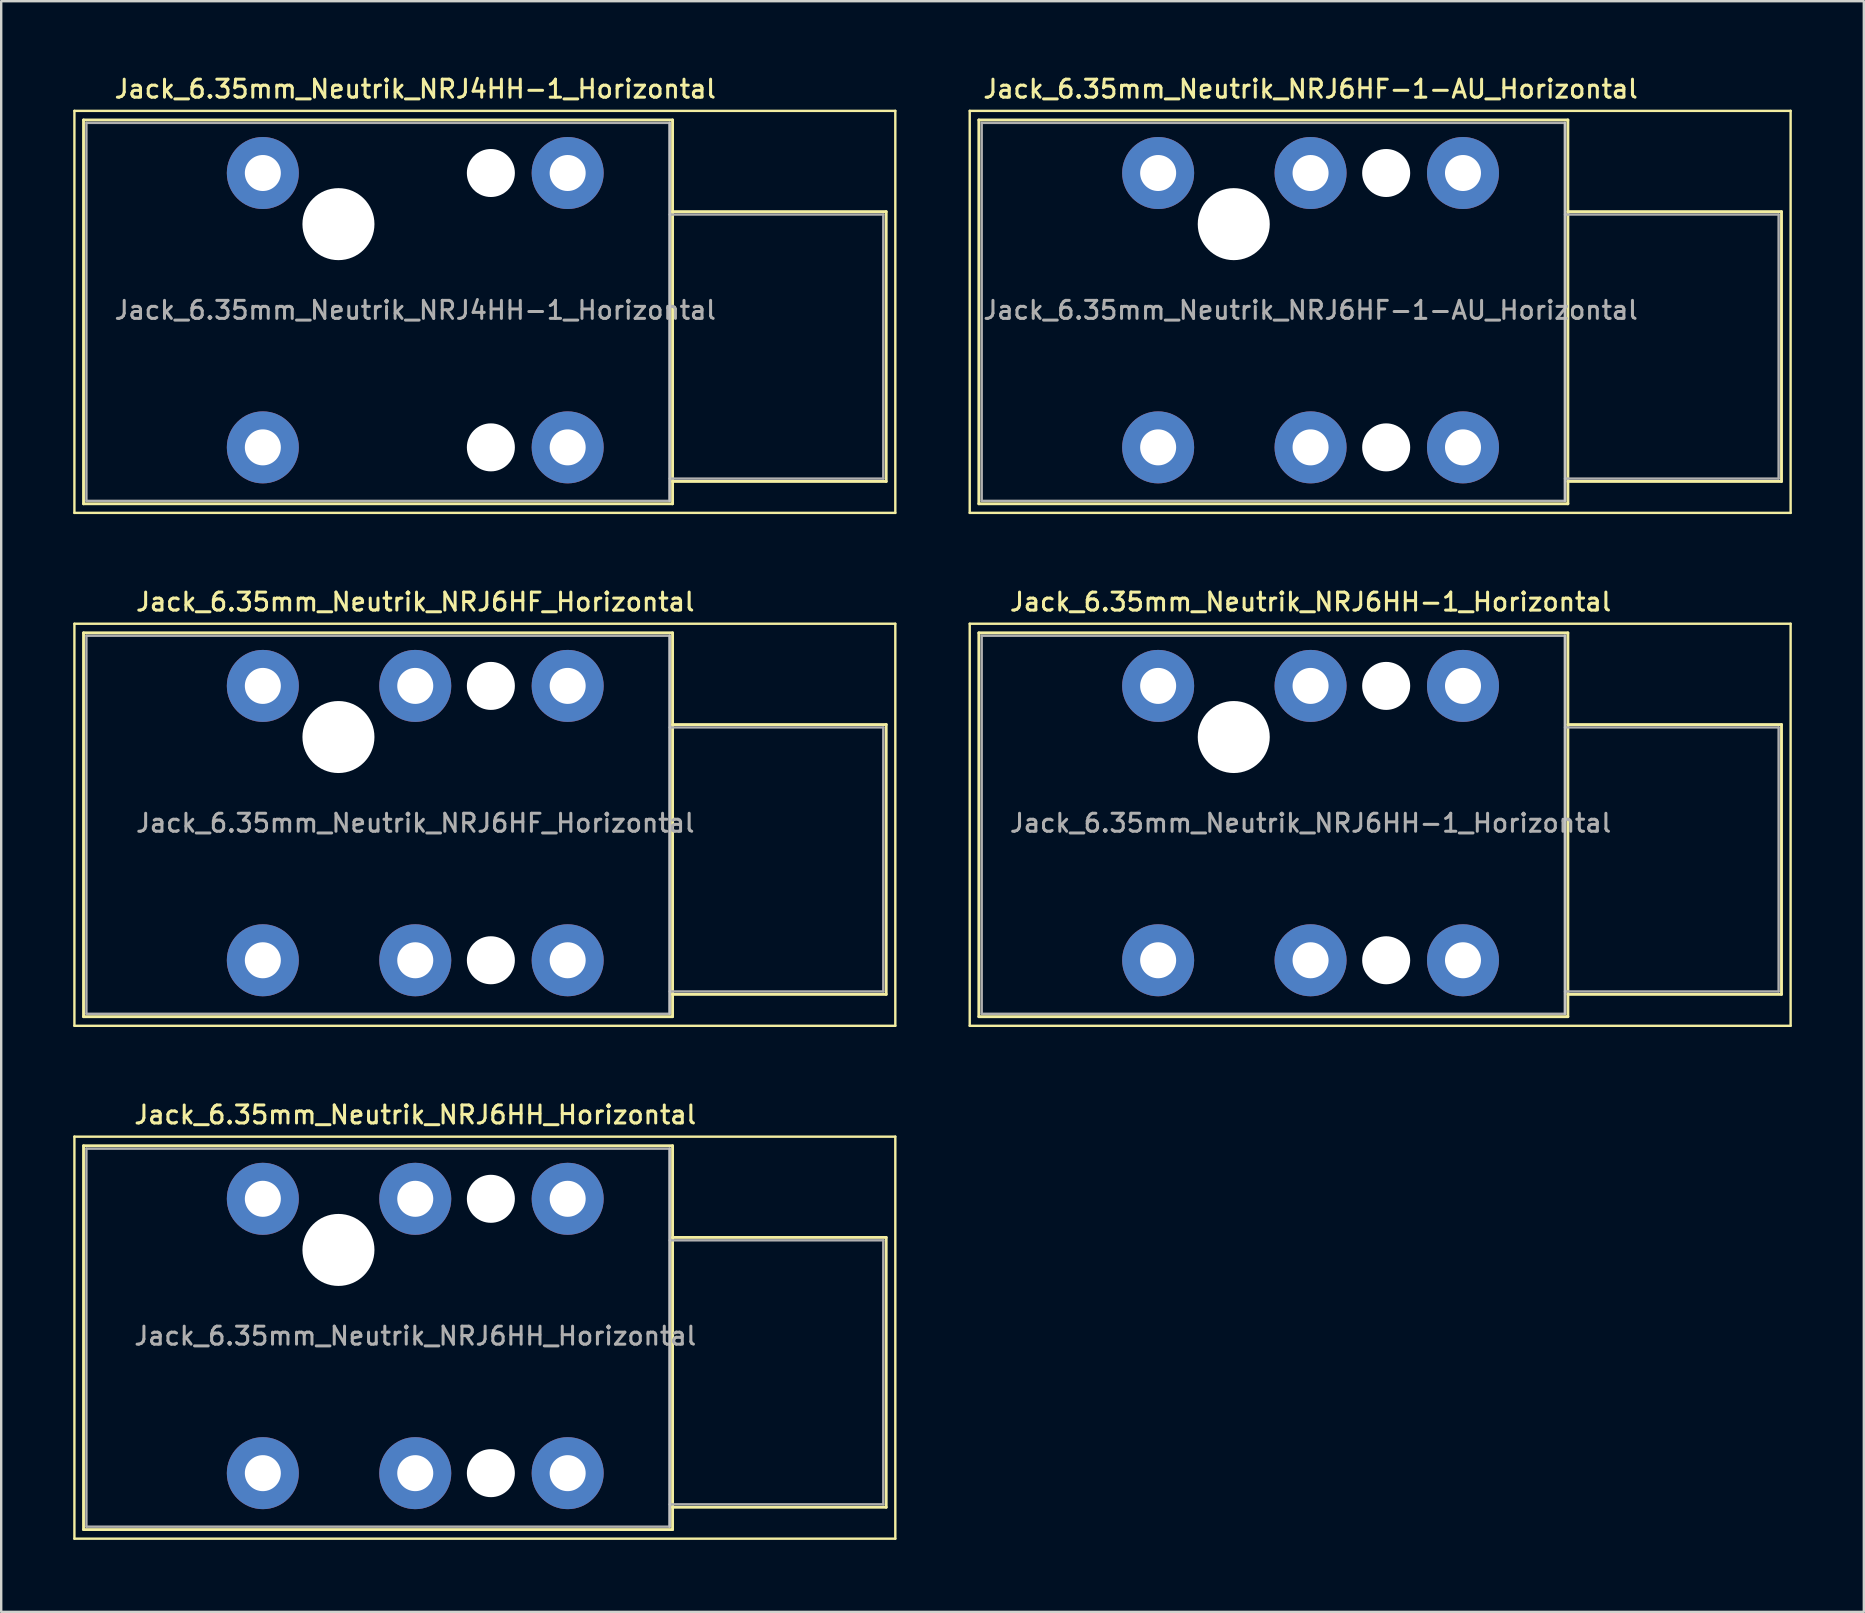
<source format=kicad_pcb>
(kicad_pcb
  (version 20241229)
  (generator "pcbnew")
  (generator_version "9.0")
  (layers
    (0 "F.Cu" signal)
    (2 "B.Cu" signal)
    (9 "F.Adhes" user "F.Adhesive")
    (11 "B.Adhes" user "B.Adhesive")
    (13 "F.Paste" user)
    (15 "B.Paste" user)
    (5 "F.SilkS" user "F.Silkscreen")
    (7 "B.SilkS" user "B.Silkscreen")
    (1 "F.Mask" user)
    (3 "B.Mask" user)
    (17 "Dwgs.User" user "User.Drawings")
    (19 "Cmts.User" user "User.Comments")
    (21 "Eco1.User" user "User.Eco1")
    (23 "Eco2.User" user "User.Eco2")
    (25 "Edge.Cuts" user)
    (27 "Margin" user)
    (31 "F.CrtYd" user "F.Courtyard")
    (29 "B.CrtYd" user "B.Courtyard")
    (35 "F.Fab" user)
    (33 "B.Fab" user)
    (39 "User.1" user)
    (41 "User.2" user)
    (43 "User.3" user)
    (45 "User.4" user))
  (footprint "Jack_6.35mm_Neutrik_NRJ6HF_Horizontal"
    (layer "F.Cu")
    (at 7.9 25.526)
    (property "Reference" "Jack_6.35mm_Neutrik_NRJ6HF_Horizontal" (at 6.35 -3.5 0) (layer "F.SilkS") (effects (font (size 0.75 0.75) (thickness 0.125))))
    (attr through_hole)
    (fp_line (start -7.85 14.16) (end -7.85 -2.59) (stroke (width 0.1) (type solid)) (layer "F.SilkS"))
    (fp_line (start -7.85 14.16) (end 26.35 14.16) (stroke (width 0.1) (type solid)) (layer "F.SilkS"))
    (fp_line (start -7.47 -2.21) (end 17.07 -2.21) (stroke (width 0.12) (type solid)) (layer "F.SilkS"))
    (fp_line (start -7.47 13.78) (end -7.47 -2.21) (stroke (width 0.12) (type solid)) (layer "F.SilkS"))
    (fp_line (start -7.47 13.78) (end 17.07 13.78) (stroke (width 0.12) (type solid)) (layer "F.SilkS"))
    (fp_line (start 17.07 -2.21) (end 17.07 13.78) (stroke (width 0.12) (type solid)) (layer "F.SilkS"))
    (fp_line (start 25.97 1.61) (end 17.07 1.61) (stroke (width 0.12) (type solid)) (layer "F.SilkS"))
    (fp_line (start 25.97 12.85) (end 17.07 12.85) (stroke (width 0.12) (type solid)) (layer "F.SilkS"))
    (fp_line (start 25.97 12.85) (end 25.97 1.61) (stroke (width 0.12) (type solid)) (layer "F.SilkS"))
    (fp_line (start 26.35 -2.59) (end -7.85 -2.59) (stroke (width 0.1) (type solid)) (layer "F.SilkS"))
    (fp_line (start 26.35 14.16) (end 26.35 -2.59) (stroke (width 0.1) (type solid)) (layer "F.SilkS"))
    (fp_line (start 16.95 -2.09) (end 16.95 13.66) (stroke (width 0.1) (type solid)) (layer "Dwgs.User"))
    (fp_line (start -7.35 -2.09) (end 16.95 -2.09) (stroke (width 0.1) (type solid)) (layer "F.Fab"))
    (fp_line (start -7.35 13.66) (end -7.35 -2.09) (stroke (width 0.1) (type solid)) (layer "F.Fab"))
    (fp_line (start 16.95 -2.09) (end 16.95 13.66) (stroke (width 0.1) (type solid)) (layer "F.Fab"))
    (fp_line (start 16.95 12.73) (end 25.85 12.73) (stroke (width 0.1) (type solid)) (layer "F.Fab"))
    (fp_line (start 16.95 13.66) (end -7.35 13.66) (stroke (width 0.1) (type solid)) (layer "F.Fab"))
    (fp_line (start 25.85 1.73) (end 16.95 1.73) (stroke (width 0.1) (type solid)) (layer "F.Fab"))
    (fp_line (start 25.85 12.73) (end 25.85 1.73) (stroke (width 0.1) (type solid)) (layer "F.Fab"))
    (fp_text user "${REFERENCE}" (at 6.35 5.715 0) (layer "F.Fab") (effects (font (size 0.75 0.75) (thickness 0.125))))
    (pad "" np_thru_hole circle (at 3.15 2.13) (size 3 3) (drill 3) (layers "*.Cu" "*.Mask"))
    (pad "" np_thru_hole circle (at 9.5 0) (size 2 2) (drill 2) (layers "*.Cu" "*.Mask"))
    (pad "" np_thru_hole circle (at 9.5 11.43) (size 2 2) (drill 2) (layers "*.Cu" "*.Mask"))
    (pad "R" thru_hole circle (at 6.35 0) (size 3 3) (drill 1.5) (layers "*.Cu" "*.Mask"))
    (pad "RN" thru_hole circle (at 6.35 11.43) (size 3 3) (drill 1.5) (layers "*.Cu" "*.Mask"))
    (pad "S" thru_hole circle (at 12.7 0) (size 3 3) (drill 1.5) (layers "*.Cu" "*.Mask"))
    (pad "SN" thru_hole circle (at 12.7 11.43) (size 3 3) (drill 1.5) (layers "*.Cu" "*.Mask"))
    (pad "T" thru_hole circle (at 0 0) (size 3 3) (drill 1.5) (layers "*.Cu" "*.Mask"))
    (pad "TN" thru_hole circle (at 0 11.43) (size 3 3) (drill 1.5) (layers "*.Cu" "*.Mask")))
  (footprint "Jack_6.35mm_Neutrik_NRJ6HH_Horizontal"
    (layer "F.Cu")
    (at 7.9 46.894)
    (property "Reference" "Jack_6.35mm_Neutrik_NRJ6HH_Horizontal" (at 6.35 -3.5 0) (layer "F.SilkS") (effects (font (size 0.75 0.75) (thickness 0.125))))
    (attr through_hole)
    (fp_line (start -7.85 14.16) (end -7.85 -2.59) (stroke (width 0.1) (type solid)) (layer "F.SilkS"))
    (fp_line (start -7.85 14.16) (end 26.35 14.16) (stroke (width 0.1) (type solid)) (layer "F.SilkS"))
    (fp_line (start -7.47 -2.21) (end 17.07 -2.21) (stroke (width 0.12) (type solid)) (layer "F.SilkS"))
    (fp_line (start -7.47 13.78) (end -7.47 -2.21) (stroke (width 0.12) (type solid)) (layer "F.SilkS"))
    (fp_line (start -7.47 13.78) (end 17.07 13.78) (stroke (width 0.12) (type solid)) (layer "F.SilkS"))
    (fp_line (start 17.07 -2.21) (end 17.07 13.78) (stroke (width 0.12) (type solid)) (layer "F.SilkS"))
    (fp_line (start 25.97 1.61) (end 17.07 1.61) (stroke (width 0.12) (type solid)) (layer "F.SilkS"))
    (fp_line (start 25.97 12.85) (end 17.07 12.85) (stroke (width 0.12) (type solid)) (layer "F.SilkS"))
    (fp_line (start 25.97 12.85) (end 25.97 1.61) (stroke (width 0.12) (type solid)) (layer "F.SilkS"))
    (fp_line (start 26.35 -2.59) (end -7.85 -2.59) (stroke (width 0.1) (type solid)) (layer "F.SilkS"))
    (fp_line (start 26.35 14.16) (end 26.35 -2.59) (stroke (width 0.1) (type solid)) (layer "F.SilkS"))
    (fp_line (start 16.95 -2.09) (end 16.95 13.66) (stroke (width 0.1) (type solid)) (layer "Dwgs.User"))
    (fp_line (start -7.35 -2.09) (end 16.95 -2.09) (stroke (width 0.1) (type solid)) (layer "F.Fab"))
    (fp_line (start -7.35 13.66) (end -7.35 -2.09) (stroke (width 0.1) (type solid)) (layer "F.Fab"))
    (fp_line (start 16.95 -2.09) (end 16.95 13.66) (stroke (width 0.1) (type solid)) (layer "F.Fab"))
    (fp_line (start 16.95 12.73) (end 25.85 12.73) (stroke (width 0.1) (type solid)) (layer "F.Fab"))
    (fp_line (start 16.95 13.66) (end -7.35 13.66) (stroke (width 0.1) (type solid)) (layer "F.Fab"))
    (fp_line (start 25.85 1.73) (end 16.95 1.73) (stroke (width 0.1) (type solid)) (layer "F.Fab"))
    (fp_line (start 25.85 12.73) (end 25.85 1.73) (stroke (width 0.1) (type solid)) (layer "F.Fab"))
    (fp_text user "${REFERENCE}" (at 6.35 5.715 0) (layer "F.Fab") (effects (font (size 0.75 0.75) (thickness 0.125))))
    (pad "" np_thru_hole circle (at 3.15 2.13) (size 3 3) (drill 3) (layers "*.Cu" "*.Mask"))
    (pad "" np_thru_hole circle (at 9.5 0) (size 2 2) (drill 2) (layers "*.Cu" "*.Mask"))
    (pad "" np_thru_hole circle (at 9.5 11.43) (size 2 2) (drill 2) (layers "*.Cu" "*.Mask"))
    (pad "R" thru_hole circle (at 6.35 0) (size 3 3) (drill 1.5) (layers "*.Cu" "*.Mask"))
    (pad "RN" thru_hole circle (at 6.35 11.43) (size 3 3) (drill 1.5) (layers "*.Cu" "*.Mask"))
    (pad "S" thru_hole circle (at 12.7 0) (size 3 3) (drill 1.5) (layers "*.Cu" "*.Mask"))
    (pad "SN" thru_hole circle (at 12.7 11.43) (size 3 3) (drill 1.5) (layers "*.Cu" "*.Mask"))
    (pad "T" thru_hole circle (at 0 0) (size 3 3) (drill 1.5) (layers "*.Cu" "*.Mask"))
    (pad "TN" thru_hole circle (at 0 11.43) (size 3 3) (drill 1.5) (layers "*.Cu" "*.Mask")))
  (footprint "Jack_6.35mm_Neutrik_NRJ4HH-1_Horizontal"
    (layer "F.Cu")
    (at 7.9 4.158)
    (property "Reference" "Jack_6.35mm_Neutrik_NRJ4HH-1_Horizontal" (at 6.35 -3.5 0) (layer "F.SilkS") (effects (font (size 0.75 0.75) (thickness 0.125))))
    (attr through_hole)
    (fp_line (start -7.85 14.16) (end -7.85 -2.59) (stroke (width 0.1) (type solid)) (layer "F.SilkS"))
    (fp_line (start -7.85 14.16) (end 26.35 14.16) (stroke (width 0.1) (type solid)) (layer "F.SilkS"))
    (fp_line (start -7.47 -2.21) (end 17.07 -2.21) (stroke (width 0.12) (type solid)) (layer "F.SilkS"))
    (fp_line (start -7.47 13.78) (end -7.47 -2.21) (stroke (width 0.12) (type solid)) (layer "F.SilkS"))
    (fp_line (start -7.47 13.78) (end 17.07 13.78) (stroke (width 0.12) (type solid)) (layer "F.SilkS"))
    (fp_line (start 17.07 -2.21) (end 17.07 13.78) (stroke (width 0.12) (type solid)) (layer "F.SilkS"))
    (fp_line (start 25.97 1.61) (end 17.07 1.61) (stroke (width 0.12) (type solid)) (layer "F.SilkS"))
    (fp_line (start 25.97 12.85) (end 17.07 12.85) (stroke (width 0.12) (type solid)) (layer "F.SilkS"))
    (fp_line (start 25.97 12.85) (end 25.97 1.61) (stroke (width 0.12) (type solid)) (layer "F.SilkS"))
    (fp_line (start 26.35 -2.59) (end -7.85 -2.59) (stroke (width 0.1) (type solid)) (layer "F.SilkS"))
    (fp_line (start 26.35 14.16) (end 26.35 -2.59) (stroke (width 0.1) (type solid)) (layer "F.SilkS"))
    (fp_line (start 16.95 -2.09) (end 16.95 13.66) (stroke (width 0.1) (type solid)) (layer "Dwgs.User"))
    (fp_line (start -7.35 -2.09) (end 16.95 -2.09) (stroke (width 0.1) (type solid)) (layer "F.Fab"))
    (fp_line (start -7.35 13.66) (end -7.35 -2.09) (stroke (width 0.1) (type solid)) (layer "F.Fab"))
    (fp_line (start 16.95 -2.09) (end 16.95 13.66) (stroke (width 0.1) (type solid)) (layer "F.Fab"))
    (fp_line (start 16.95 12.73) (end 25.85 12.73) (stroke (width 0.1) (type solid)) (layer "F.Fab"))
    (fp_line (start 16.95 13.66) (end -7.35 13.66) (stroke (width 0.1) (type solid)) (layer "F.Fab"))
    (fp_line (start 25.85 1.73) (end 16.95 1.73) (stroke (width 0.1) (type solid)) (layer "F.Fab"))
    (fp_line (start 25.85 12.73) (end 25.85 1.73) (stroke (width 0.1) (type solid)) (layer "F.Fab"))
    (fp_text user "${REFERENCE}" (at 6.35 5.715 0) (layer "F.Fab") (effects (font (size 0.75 0.75) (thickness 0.125))))
    (pad "" np_thru_hole circle (at 3.15 2.13) (size 3 3) (drill 3) (layers "*.Cu" "*.Mask"))
    (pad "" np_thru_hole circle (at 9.5 0) (size 2 2) (drill 2) (layers "*.Cu" "*.Mask"))
    (pad "" np_thru_hole circle (at 9.5 11.43) (size 2 2) (drill 2) (layers "*.Cu" "*.Mask"))
    (pad "G" thru_hole circle (at 12.7 11.43) (size 3 3) (drill 1.5) (layers "*.Cu" "*.Mask"))
    (pad "S" thru_hole circle (at 12.7 0) (size 3 3) (drill 1.5) (layers "*.Cu" "*.Mask"))
    (pad "T" thru_hole circle (at 0 0) (size 3 3) (drill 1.5) (layers "*.Cu" "*.Mask"))
    (pad "TN" thru_hole circle (at 0 11.43) (size 3 3) (drill 1.5) (layers "*.Cu" "*.Mask")))
  (footprint "Jack_6.35mm_Neutrik_NRJ6HH-1_Horizontal"
    (layer "F.Cu")
    (at 45.2 25.526)
    (property "Reference" "Jack_6.35mm_Neutrik_NRJ6HH-1_Horizontal" (at 6.35 -3.5 0) (layer "F.SilkS") (effects (font (size 0.75 0.75) (thickness 0.125))))
    (attr through_hole)
    (fp_line (start -7.85 14.16) (end -7.85 -2.59) (stroke (width 0.1) (type solid)) (layer "F.SilkS"))
    (fp_line (start -7.85 14.16) (end 26.35 14.16) (stroke (width 0.1) (type solid)) (layer "F.SilkS"))
    (fp_line (start -7.47 -2.21) (end 17.07 -2.21) (stroke (width 0.12) (type solid)) (layer "F.SilkS"))
    (fp_line (start -7.47 13.78) (end -7.47 -2.21) (stroke (width 0.12) (type solid)) (layer "F.SilkS"))
    (fp_line (start -7.47 13.78) (end 17.07 13.78) (stroke (width 0.12) (type solid)) (layer "F.SilkS"))
    (fp_line (start 17.07 -2.21) (end 17.07 13.78) (stroke (width 0.12) (type solid)) (layer "F.SilkS"))
    (fp_line (start 25.97 1.61) (end 17.07 1.61) (stroke (width 0.12) (type solid)) (layer "F.SilkS"))
    (fp_line (start 25.97 12.85) (end 17.07 12.85) (stroke (width 0.12) (type solid)) (layer "F.SilkS"))
    (fp_line (start 25.97 12.85) (end 25.97 1.61) (stroke (width 0.12) (type solid)) (layer "F.SilkS"))
    (fp_line (start 26.35 -2.59) (end -7.85 -2.59) (stroke (width 0.1) (type solid)) (layer "F.SilkS"))
    (fp_line (start 26.35 14.16) (end 26.35 -2.59) (stroke (width 0.1) (type solid)) (layer "F.SilkS"))
    (fp_line (start 16.95 -2.09) (end 16.95 13.66) (stroke (width 0.1) (type solid)) (layer "Dwgs.User"))
    (fp_line (start -7.35 -2.09) (end 16.95 -2.09) (stroke (width 0.1) (type solid)) (layer "F.Fab"))
    (fp_line (start -7.35 13.66) (end -7.35 -2.09) (stroke (width 0.1) (type solid)) (layer "F.Fab"))
    (fp_line (start 16.95 -2.09) (end 16.95 13.66) (stroke (width 0.1) (type solid)) (layer "F.Fab"))
    (fp_line (start 16.95 12.73) (end 25.85 12.73) (stroke (width 0.1) (type solid)) (layer "F.Fab"))
    (fp_line (start 16.95 13.66) (end -7.35 13.66) (stroke (width 0.1) (type solid)) (layer "F.Fab"))
    (fp_line (start 25.85 1.73) (end 16.95 1.73) (stroke (width 0.1) (type solid)) (layer "F.Fab"))
    (fp_line (start 25.85 12.73) (end 25.85 1.73) (stroke (width 0.1) (type solid)) (layer "F.Fab"))
    (fp_text user "${REFERENCE}" (at 6.35 5.715 0) (layer "F.Fab") (effects (font (size 0.75 0.75) (thickness 0.125))))
    (pad "" np_thru_hole circle (at 3.15 2.13) (size 3 3) (drill 3) (layers "*.Cu" "*.Mask"))
    (pad "" np_thru_hole circle (at 9.5 0) (size 2 2) (drill 2) (layers "*.Cu" "*.Mask"))
    (pad "" np_thru_hole circle (at 9.5 11.43) (size 2 2) (drill 2) (layers "*.Cu" "*.Mask"))
    (pad "G" thru_hole circle (at 12.7 11.43) (size 3 3) (drill 1.5) (layers "*.Cu" "*.Mask"))
    (pad "R" thru_hole circle (at 6.35 0) (size 3 3) (drill 1.5) (layers "*.Cu" "*.Mask"))
    (pad "RN" thru_hole circle (at 6.35 11.43) (size 3 3) (drill 1.5) (layers "*.Cu" "*.Mask"))
    (pad "S" thru_hole circle (at 12.7 0) (size 3 3) (drill 1.5) (layers "*.Cu" "*.Mask"))
    (pad "T" thru_hole circle (at 0 0) (size 3 3) (drill 1.5) (layers "*.Cu" "*.Mask"))
    (pad "TN" thru_hole circle (at 0 11.43) (size 3 3) (drill 1.5) (layers "*.Cu" "*.Mask")))
  (footprint "Jack_6.35mm_Neutrik_NRJ6HF-1-AU_Horizontal"
    (layer "F.Cu")
    (at 45.2 4.158)
    (property "Reference" "Jack_6.35mm_Neutrik_NRJ6HF-1-AU_Horizontal" (at 6.35 -3.5 0) (layer "F.SilkS") (effects (font (size 0.75 0.75) (thickness 0.125))))
    (attr through_hole)
    (fp_line (start -7.85 14.16) (end -7.85 -2.59) (stroke (width 0.1) (type solid)) (layer "F.SilkS"))
    (fp_line (start -7.85 14.16) (end 26.35 14.16) (stroke (width 0.1) (type solid)) (layer "F.SilkS"))
    (fp_line (start -7.47 -2.21) (end 17.07 -2.21) (stroke (width 0.12) (type solid)) (layer "F.SilkS"))
    (fp_line (start -7.47 13.78) (end -7.47 -2.21) (stroke (width 0.12) (type solid)) (layer "F.SilkS"))
    (fp_line (start -7.47 13.78) (end 17.07 13.78) (stroke (width 0.12) (type solid)) (layer "F.SilkS"))
    (fp_line (start 17.07 -2.21) (end 17.07 13.78) (stroke (width 0.12) (type solid)) (layer "F.SilkS"))
    (fp_line (start 25.97 1.61) (end 17.07 1.61) (stroke (width 0.12) (type solid)) (layer "F.SilkS"))
    (fp_line (start 25.97 12.85) (end 17.07 12.85) (stroke (width 0.12) (type solid)) (layer "F.SilkS"))
    (fp_line (start 25.97 12.85) (end 25.97 1.61) (stroke (width 0.12) (type solid)) (layer "F.SilkS"))
    (fp_line (start 26.35 -2.59) (end -7.85 -2.59) (stroke (width 0.1) (type solid)) (layer "F.SilkS"))
    (fp_line (start 26.35 14.16) (end 26.35 -2.59) (stroke (width 0.1) (type solid)) (layer "F.SilkS"))
    (fp_line (start 16.95 -2.09) (end 16.95 13.66) (stroke (width 0.1) (type solid)) (layer "Dwgs.User"))
    (fp_line (start -7.35 -2.09) (end 16.95 -2.09) (stroke (width 0.1) (type solid)) (layer "F.Fab"))
    (fp_line (start -7.35 13.66) (end -7.35 -2.09) (stroke (width 0.1) (type solid)) (layer "F.Fab"))
    (fp_line (start 16.95 -2.09) (end 16.95 13.66) (stroke (width 0.1) (type solid)) (layer "F.Fab"))
    (fp_line (start 16.95 12.73) (end 25.85 12.73) (stroke (width 0.1) (type solid)) (layer "F.Fab"))
    (fp_line (start 16.95 13.66) (end -7.35 13.66) (stroke (width 0.1) (type solid)) (layer "F.Fab"))
    (fp_line (start 25.85 1.73) (end 16.95 1.73) (stroke (width 0.1) (type solid)) (layer "F.Fab"))
    (fp_line (start 25.85 12.73) (end 25.85 1.73) (stroke (width 0.1) (type solid)) (layer "F.Fab"))
    (fp_text user "${REFERENCE}" (at 6.35 5.715 0) (layer "F.Fab") (effects (font (size 0.75 0.75) (thickness 0.125))))
    (pad "" np_thru_hole circle (at 3.15 2.13) (size 3 3) (drill 3) (layers "*.Cu" "*.Mask"))
    (pad "" np_thru_hole circle (at 9.5 0) (size 2 2) (drill 2) (layers "*.Cu" "*.Mask"))
    (pad "" np_thru_hole circle (at 9.5 11.43) (size 2 2) (drill 2) (layers "*.Cu" "*.Mask"))
    (pad "G" thru_hole circle (at 12.7 11.43) (size 3 3) (drill 1.5) (layers "*.Cu" "*.Mask"))
    (pad "R" thru_hole circle (at 6.35 0) (size 3 3) (drill 1.5) (layers "*.Cu" "*.Mask"))
    (pad "RN" thru_hole circle (at 6.35 11.43) (size 3 3) (drill 1.5) (layers "*.Cu" "*.Mask"))
    (pad "S" thru_hole circle (at 12.7 0) (size 3 3) (drill 1.5) (layers "*.Cu" "*.Mask"))
    (pad "T" thru_hole circle (at 0 0) (size 3 3) (drill 1.5) (layers "*.Cu" "*.Mask"))
    (pad "TN" thru_hole circle (at 0 11.43) (size 3 3) (drill 1.5) (layers "*.Cu" "*.Mask")))
  (gr_rect
    (start -3 -3)
    (end 74.6 64.104)
    (stroke (width 0.1) (type default))
    (fill no)
    (layer "Edge.Cuts")))
</source>
